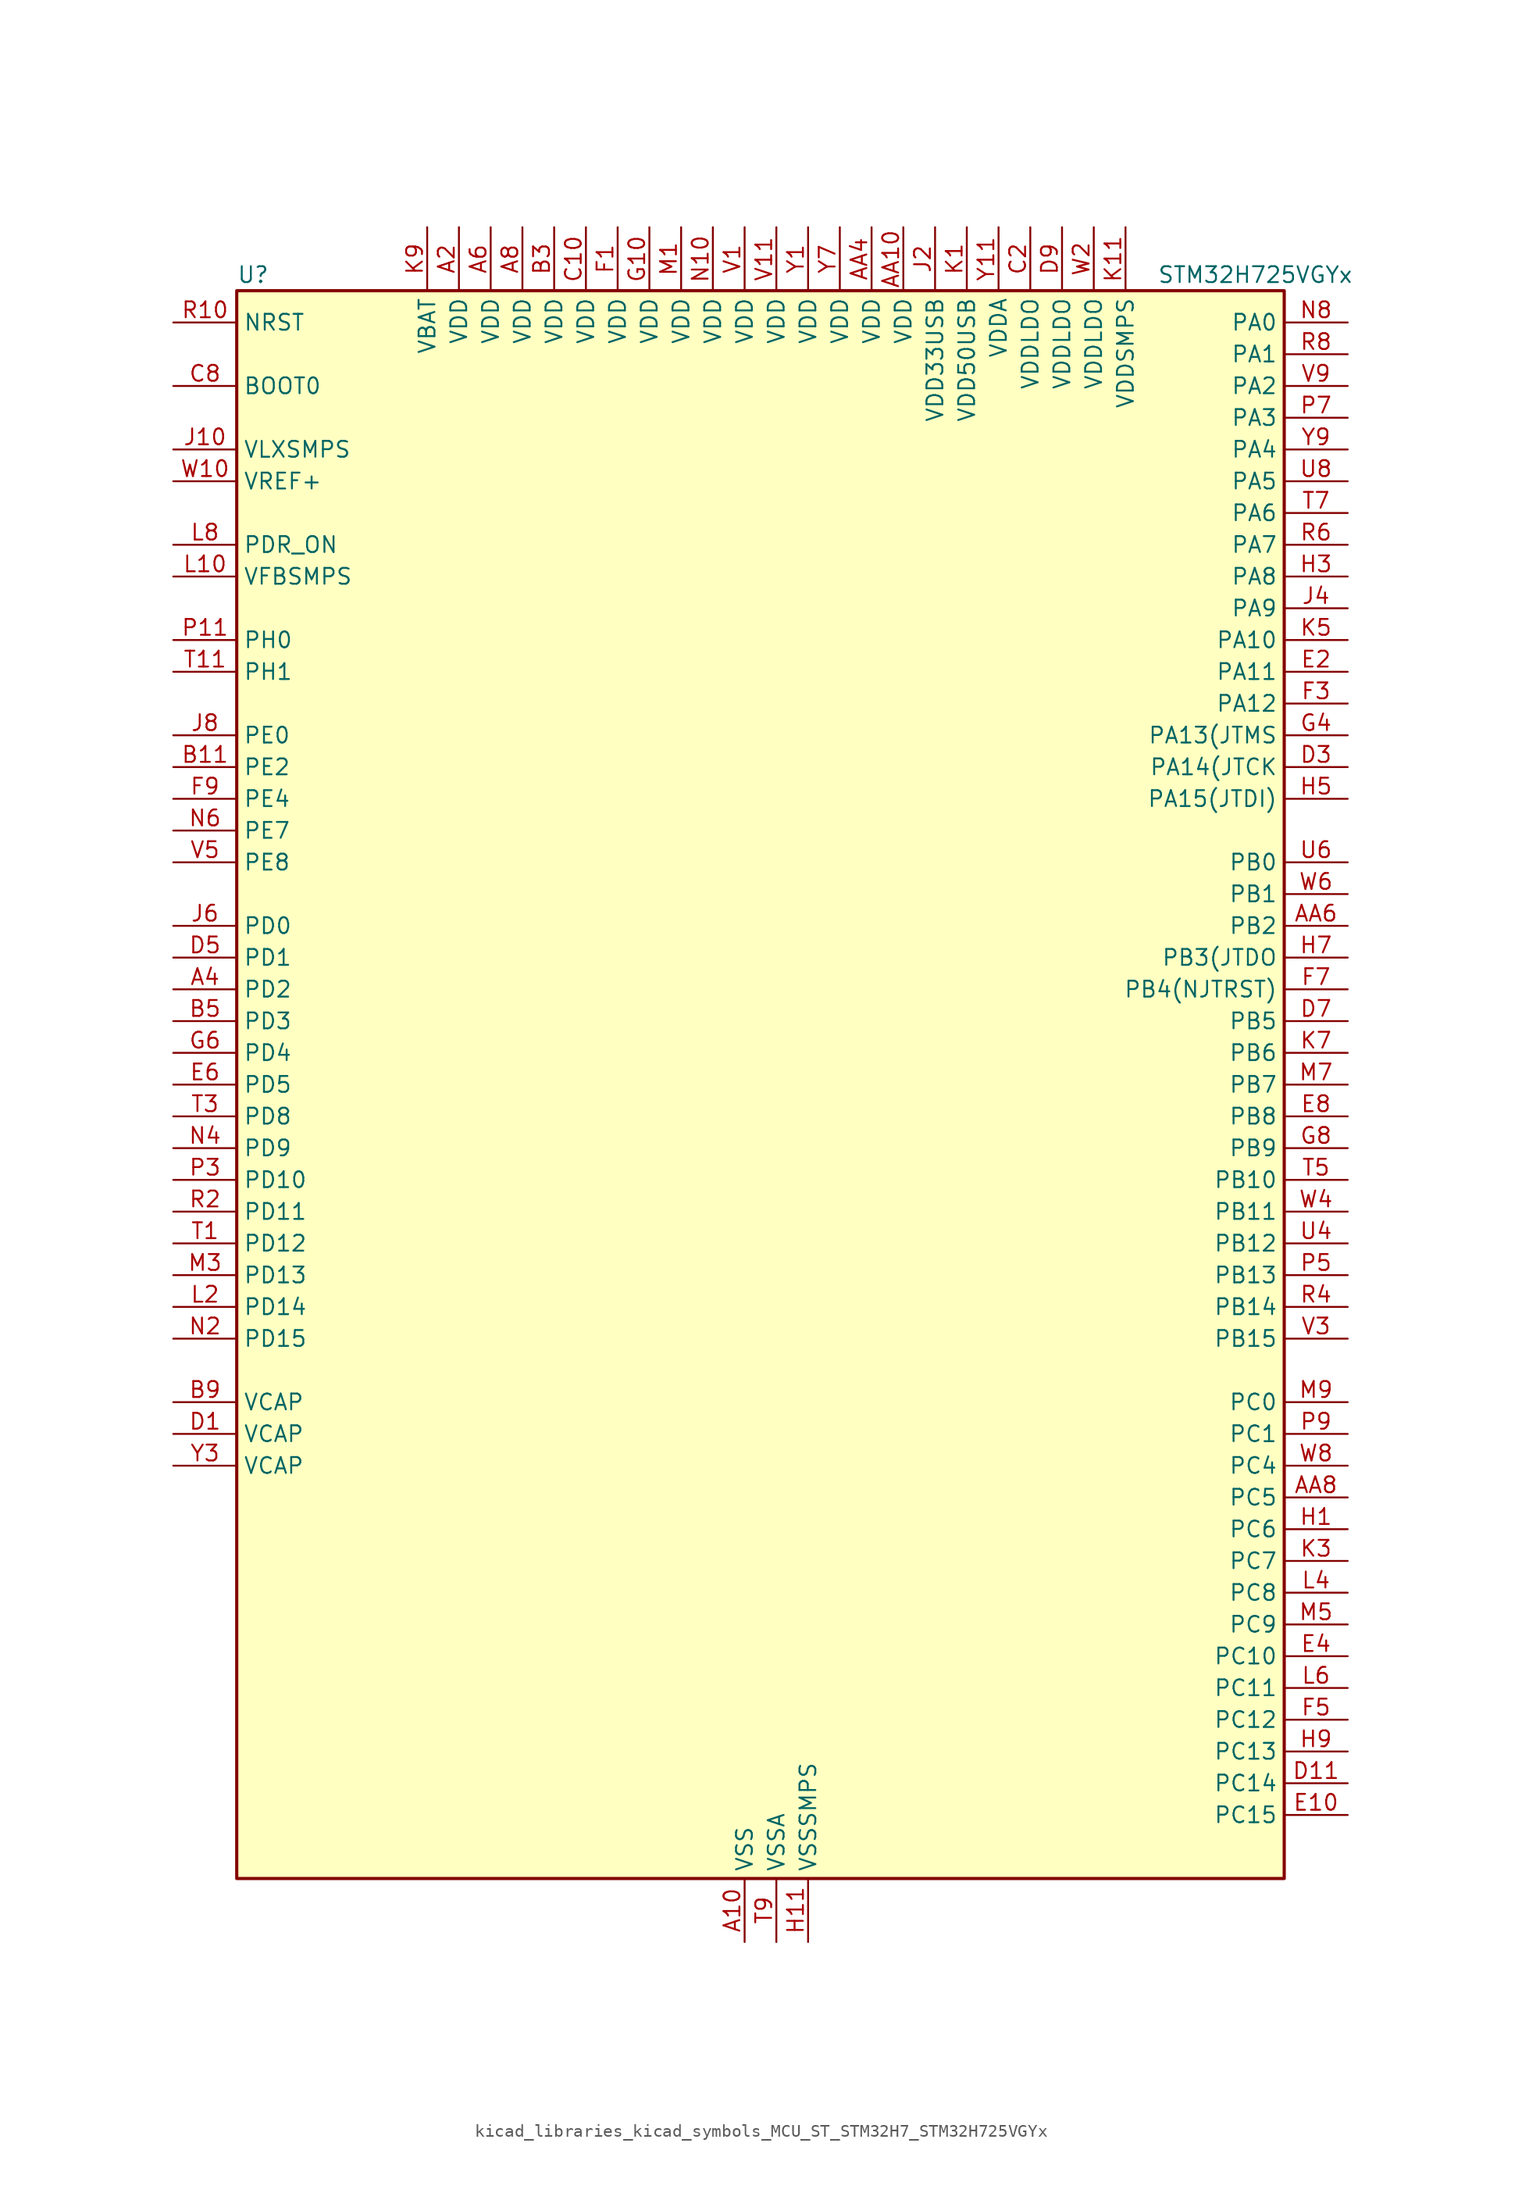
<source format=kicad_sym>
(kicad_symbol_lib
  (version 20220914)
  (generator kicad_symbol_editor)
  (symbol "kicad_libraries_kicad_symbols_MCU_ST_STM32H7_STM32H725VGYx"
    (property "Reference" "U"
      (at -40.64 64.77 0)
      (effects (font (size 1.27 1.27)) (justify left)))
    (property "Value" "STM32H725VGYx"
      (at 33.02 64.77 0)
      (effects (font (size 1.27 1.27)) (justify left)))
    (property "ki_locked" ""
      (at 0 0 0)
      (effects (font (size 1.27 1.27))))
    (symbol "kicad_libraries_kicad_symbols_MCU_ST_STM32H7_STM32H725VGYx_0_1"
      (rectangle (start -40.64 -63.5) (end 43.18 63.5) (stroke (width 0.254) (type default)) (fill (type background))))
    (symbol "kicad_libraries_kicad_symbols_MCU_ST_STM32H7_STM32H725VGYx_1_1"
      (pin power_in line (at 0 -68.58 90) (length 5.08) (name "VSS" (effects (font (size 1.27 1.27)))) (number "A10" (effects (font (size 1.27 1.27)))))
      (pin power_in line (at -22.86 68.58 270) (length 5.08) (name "VDD" (effects (font (size 1.27 1.27)))) (number "A2" (effects (font (size 1.27 1.27)))))
      (pin bidirectional line (at -45.72 7.62 0) (length 5.08) (name "PD2" (effects (font (size 1.27 1.27)))) (number "A4" (effects (font (size 1.27 1.27)))) (alternate "DCMI_D11" bidirectional line) (alternate "DEBUG_TRACED2" bidirectional line) (alternate "FMC_D7" bidirectional line) (alternate "FMC_DA7" bidirectional line) (alternate "LTDC_B2" bidirectional line) (alternate "LTDC_B7" bidirectional line) (alternate "PSSI_D11" bidirectional line) (alternate "SDMMC1_CMD" bidirectional line) (alternate "TIM15_BKIN" bidirectional line) (alternate "TIM3_ETR" bidirectional line) (alternate "UART5_RX" bidirectional line))
      (pin power_in line (at -20.32 68.58 270) (length 5.08) (name "VDD" (effects (font (size 1.27 1.27)))) (number "A6" (effects (font (size 1.27 1.27)))))
      (pin power_in line (at -17.78 68.58 270) (length 5.08) (name "VDD" (effects (font (size 1.27 1.27)))) (number "A8" (effects (font (size 1.27 1.27)))))
      (pin power_in line (at 12.7 68.58 270) (length 5.08) (name "VDD" (effects (font (size 1.27 1.27)))) (number "AA10" (effects (font (size 1.27 1.27)))))
      (pin passive line (at 0 -68.58 90) (length 5.08) hide (name "VSS" (effects (font (size 1.27 1.27)))) (number "AA2" (effects (font (size 1.27 1.27)))))
      (pin power_in line (at 10.16 68.58 270) (length 5.08) (name "VDD" (effects (font (size 1.27 1.27)))) (number "AA4" (effects (font (size 1.27 1.27)))))
      (pin bidirectional line (at 48.26 12.7 180) (length 5.08) (name "PB2" (effects (font (size 1.27 1.27)))) (number "AA6" (effects (font (size 1.27 1.27)))) (alternate "COMP1_INP" bidirectional line) (alternate "DFSDM1_CKIN1" bidirectional line) (alternate "ETH_TX_ER" bidirectional line) (alternate "I2S3_SDO" bidirectional line) (alternate "OCTOSPIM_P1_CLK" bidirectional line) (alternate "OCTOSPIM_P1_DQS" bidirectional line) (alternate "RTC_OUT_ALARM" bidirectional line) (alternate "RTC_OUT_CALIB" bidirectional line) (alternate "SAI1_D1" bidirectional line) (alternate "SAI1_SD_A" bidirectional line) (alternate "SAI4_D1" bidirectional line) (alternate "SAI4_SD_A" bidirectional line) (alternate "SPI3_MOSI" bidirectional line) (alternate "TIM23_ETR" bidirectional line))
      (pin bidirectional line (at 48.26 -33.02 180) (length 5.08) (name "PC5" (effects (font (size 1.27 1.27)))) (number "AA8" (effects (font (size 1.27 1.27)))) (alternate "ADC1_INN4" bidirectional line) (alternate "ADC1_INP8" bidirectional line) (alternate "ADC2_INN4" bidirectional line) (alternate "ADC2_INP8" bidirectional line) (alternate "COMP1_OUT" bidirectional line) (alternate "DFSDM1_DATIN2" bidirectional line) (alternate "ETH_RXD1" bidirectional line) (alternate "FMC_SDCKE0" bidirectional line) (alternate "LTDC_DE" bidirectional line) (alternate "OCTOSPIM_P1_DQS" bidirectional line) (alternate "OPAMP1_VINM" bidirectional line) (alternate "PSSI_D15" bidirectional line) (alternate "SAI1_D3" bidirectional line) (alternate "SAI4_D3" bidirectional line) (alternate "SPDIFRX1_IN3" bidirectional line))
      (pin passive line (at 0 -68.58 90) (length 5.08) hide (name "VSS" (effects (font (size 1.27 1.27)))) (number "B1" (effects (font (size 1.27 1.27)))))
      (pin bidirectional line (at -45.72 25.4 0) (length 5.08) (name "PE2" (effects (font (size 1.27 1.27)))) (number "B11" (effects (font (size 1.27 1.27)))) (alternate "DEBUG_TRACECLK" bidirectional line) (alternate "ETH_TXD3" bidirectional line) (alternate "FMC_A23" bidirectional line) (alternate "OCTOSPIM_P1_IO2" bidirectional line) (alternate "SAI1_CK1" bidirectional line) (alternate "SAI1_MCLK_A" bidirectional line) (alternate "SAI4_CK1" bidirectional line) (alternate "SAI4_MCLK_A" bidirectional line))
      (pin power_in line (at -15.24 68.58 270) (length 5.08) (name "VDD" (effects (font (size 1.27 1.27)))) (number "B3" (effects (font (size 1.27 1.27)))))
      (pin bidirectional line (at -45.72 5.08 0) (length 5.08) (name "PD3" (effects (font (size 1.27 1.27)))) (number "B5" (effects (font (size 1.27 1.27)))) (alternate "DCMI_D5" bidirectional line) (alternate "DFSDM1_CKOUT" bidirectional line) (alternate "FMC_CLK" bidirectional line) (alternate "I2S2_CK" bidirectional line) (alternate "LTDC_G7" bidirectional line) (alternate "PSSI_D5" bidirectional line) (alternate "SPI2_SCK" bidirectional line) (alternate "USART2_CTS" bidirectional line) (alternate "USART2_NSS" bidirectional line))
      (pin passive line (at 0 -68.58 90) (length 5.08) hide (name "VSS" (effects (font (size 1.27 1.27)))) (number "B7" (effects (font (size 1.27 1.27)))))
      (pin power_out line (at -45.72 -25.4 0) (length 5.08) (name "VCAP" (effects (font (size 1.27 1.27)))) (number "B9" (effects (font (size 1.27 1.27)))))
      (pin power_in line (at -12.7 68.58 270) (length 5.08) (name "VDD" (effects (font (size 1.27 1.27)))) (number "C10" (effects (font (size 1.27 1.27)))))
      (pin power_in line (at 22.86 68.58 270) (length 5.08) (name "VDDLDO" (effects (font (size 1.27 1.27)))) (number "C2" (effects (font (size 1.27 1.27)))))
      (pin passive line (at 0 -68.58 90) (length 5.08) hide (name "VSS" (effects (font (size 1.27 1.27)))) (number "C4" (effects (font (size 1.27 1.27)))))
      (pin passive line (at 0 -68.58 90) (length 5.08) hide (name "VSS" (effects (font (size 1.27 1.27)))) (number "C6" (effects (font (size 1.27 1.27)))))
      (pin input line (at -45.72 55.88 0) (length 5.08) (name "BOOT0" (effects (font (size 1.27 1.27)))) (number "C8" (effects (font (size 1.27 1.27)))))
      (pin power_out line (at -45.72 -27.94 0) (length 5.08) (name "VCAP" (effects (font (size 1.27 1.27)))) (number "D1" (effects (font (size 1.27 1.27)))))
      (pin bidirectional line (at 48.26 -55.88 180) (length 5.08) (name "PC14" (effects (font (size 1.27 1.27)))) (number "D11" (effects (font (size 1.27 1.27)))) (alternate "RCC_OSC32_IN" bidirectional line))
      (pin bidirectional line (at 48.26 25.4 180) (length 5.08) (name "PA14(JTCK" (effects (font (size 1.27 1.27)))) (number "D3" (effects (font (size 1.27 1.27)))) (alternate "DEBUG_JTCK-SWCLK" bidirectional line))
      (pin bidirectional line (at -45.72 10.16 0) (length 5.08) (name "PD1" (effects (font (size 1.27 1.27)))) (number "D5" (effects (font (size 1.27 1.27)))) (alternate "DFSDM1_DATIN6" bidirectional line) (alternate "FDCAN1_TX" bidirectional line) (alternate "FMC_D3" bidirectional line) (alternate "FMC_DA3" bidirectional line) (alternate "UART4_TX" bidirectional line))
      (pin bidirectional line (at 48.26 5.08 180) (length 5.08) (name "PB5" (effects (font (size 1.27 1.27)))) (number "D7" (effects (font (size 1.27 1.27)))) (alternate "DCMI_D10" bidirectional line) (alternate "ETH_PPS_OUT" bidirectional line) (alternate "FDCAN2_RX" bidirectional line) (alternate "FMC_SDCKE1" bidirectional line) (alternate "I2C1_SMBA" bidirectional line) (alternate "I2C4_SMBA" bidirectional line) (alternate "I2S1_SDO" bidirectional line) (alternate "I2S3_SDO" bidirectional line) (alternate "I2S6_SDO" bidirectional line) (alternate "LTDC_B5" bidirectional line) (alternate "PSSI_D10" bidirectional line) (alternate "SPI1_MOSI" bidirectional line) (alternate "SPI3_MOSI" bidirectional line) (alternate "SPI6_MOSI" bidirectional line) (alternate "TIM17_BKIN" bidirectional line) (alternate "TIM3_CH2" bidirectional line) (alternate "UART5_RX" bidirectional line) (alternate "USB_OTG_HS_ULPI_D7" bidirectional line))
      (pin power_in line (at 25.4 68.58 270) (length 5.08) (name "VDDLDO" (effects (font (size 1.27 1.27)))) (number "D9" (effects (font (size 1.27 1.27)))))
      (pin bidirectional line (at 48.26 -58.42 180) (length 5.08) (name "PC15" (effects (font (size 1.27 1.27)))) (number "E10" (effects (font (size 1.27 1.27)))) (alternate "ADC1_EXTI15" bidirectional line) (alternate "ADC2_EXTI15" bidirectional line) (alternate "ADC3_EXTI15" bidirectional line) (alternate "RCC_OSC32_OUT" bidirectional line))
      (pin bidirectional line (at 48.26 33.02 180) (length 5.08) (name "PA11" (effects (font (size 1.27 1.27)))) (number "E2" (effects (font (size 1.27 1.27)))) (alternate "ADC1_EXTI11" bidirectional line) (alternate "ADC2_EXTI11" bidirectional line) (alternate "ADC3_EXTI11" bidirectional line) (alternate "FDCAN1_RX" bidirectional line) (alternate "I2S2_WS" bidirectional line) (alternate "LPUART1_CTS" bidirectional line) (alternate "LTDC_R4" bidirectional line) (alternate "SPI2_NSS" bidirectional line) (alternate "TIM1_CH4" bidirectional line) (alternate "UART4_RX" bidirectional line) (alternate "USART1_CTS" bidirectional line) (alternate "USART1_NSS" bidirectional line) (alternate "USB_OTG_HS_DM" bidirectional line))
      (pin bidirectional line (at 48.26 -45.72 180) (length 5.08) (name "PC10" (effects (font (size 1.27 1.27)))) (number "E4" (effects (font (size 1.27 1.27)))) (alternate "DCMI_D8" bidirectional line) (alternate "DFSDM1_CKIN5" bidirectional line) (alternate "I2C5_SDA" bidirectional line) (alternate "I2S3_CK" bidirectional line) (alternate "LTDC_B1" bidirectional line) (alternate "LTDC_R2" bidirectional line) (alternate "OCTOSPIM_P1_IO1" bidirectional line) (alternate "PSSI_D8" bidirectional line) (alternate "SDMMC1_D2" bidirectional line) (alternate "SPI3_SCK" bidirectional line) (alternate "SWPMI1_RX" bidirectional line) (alternate "UART4_TX" bidirectional line) (alternate "USART3_TX" bidirectional line))
      (pin bidirectional line (at -45.72 0 0) (length 5.08) (name "PD5" (effects (font (size 1.27 1.27)))) (number "E6" (effects (font (size 1.27 1.27)))) (alternate "FMC_NWE" bidirectional line) (alternate "OCTOSPIM_P1_IO5" bidirectional line) (alternate "USART2_TX" bidirectional line))
      (pin bidirectional line (at 48.26 -2.54 180) (length 5.08) (name "PB8" (effects (font (size 1.27 1.27)))) (number "E8" (effects (font (size 1.27 1.27)))) (alternate "DCMI_D6" bidirectional line) (alternate "DFSDM1_CKIN7" bidirectional line) (alternate "ETH_TXD3" bidirectional line) (alternate "FDCAN1_RX" bidirectional line) (alternate "I2C1_SCL" bidirectional line) (alternate "I2C4_SCL" bidirectional line) (alternate "LTDC_B6" bidirectional line) (alternate "PSSI_D6" bidirectional line) (alternate "SDMMC1_CKIN" bidirectional line) (alternate "SDMMC1_D4" bidirectional line) (alternate "SDMMC2_D4" bidirectional line) (alternate "TIM16_CH1" bidirectional line) (alternate "TIM4_CH3" bidirectional line) (alternate "UART4_RX" bidirectional line))
      (pin power_in line (at -10.16 68.58 270) (length 5.08) (name "VDD" (effects (font (size 1.27 1.27)))) (number "F1" (effects (font (size 1.27 1.27)))))
      (pin passive line (at 0 -68.58 90) (length 5.08) hide (name "VSS" (effects (font (size 1.27 1.27)))) (number "F11" (effects (font (size 1.27 1.27)))))
      (pin bidirectional line (at 48.26 30.48 180) (length 5.08) (name "PA12" (effects (font (size 1.27 1.27)))) (number "F3" (effects (font (size 1.27 1.27)))) (alternate "FDCAN1_TX" bidirectional line) (alternate "I2S2_CK" bidirectional line) (alternate "LPUART1_DE" bidirectional line) (alternate "LPUART1_RTS" bidirectional line) (alternate "LTDC_R5" bidirectional line) (alternate "SAI4_FS_B" bidirectional line) (alternate "SPI2_SCK" bidirectional line) (alternate "TIM1_BKIN2" bidirectional line) (alternate "TIM1_ETR" bidirectional line) (alternate "UART4_TX" bidirectional line) (alternate "USART1_DE" bidirectional line) (alternate "USART1_RTS" bidirectional line) (alternate "USB_OTG_HS_DP" bidirectional line))
      (pin bidirectional line (at 48.26 -50.8 180) (length 5.08) (name "PC12" (effects (font (size 1.27 1.27)))) (number "F5" (effects (font (size 1.27 1.27)))) (alternate "DCMI_D9" bidirectional line) (alternate "DEBUG_TRACED3" bidirectional line) (alternate "FMC_D6" bidirectional line) (alternate "FMC_DA6" bidirectional line) (alternate "I2C5_SMBA" bidirectional line) (alternate "I2S3_SDO" bidirectional line) (alternate "I2S6_CK" bidirectional line) (alternate "LTDC_R6" bidirectional line) (alternate "PSSI_D9" bidirectional line) (alternate "SDMMC1_CK" bidirectional line) (alternate "SPI3_MOSI" bidirectional line) (alternate "SPI6_SCK" bidirectional line) (alternate "TIM15_CH1" bidirectional line) (alternate "UART5_TX" bidirectional line) (alternate "USART3_CK" bidirectional line))
      (pin bidirectional line (at 48.26 7.62 180) (length 5.08) (name "PB4(NJTRST)" (effects (font (size 1.27 1.27)))) (number "F7" (effects (font (size 1.27 1.27)))) (alternate "DEBUG_JTRST" bidirectional line) (alternate "I2S1_SDI" bidirectional line) (alternate "I2S2_WS" bidirectional line) (alternate "I2S3_SDI" bidirectional line) (alternate "I2S6_SDI" bidirectional line) (alternate "SDMMC2_D3" bidirectional line) (alternate "SPI1_MISO" bidirectional line) (alternate "SPI2_NSS" bidirectional line) (alternate "SPI3_MISO" bidirectional line) (alternate "SPI6_MISO" bidirectional line) (alternate "TIM16_BKIN" bidirectional line) (alternate "TIM3_CH1" bidirectional line) (alternate "UART7_TX" bidirectional line))
      (pin bidirectional line (at -45.72 22.86 0) (length 5.08) (name "PE4" (effects (font (size 1.27 1.27)))) (number "F9" (effects (font (size 1.27 1.27)))) (alternate "DCMI_D4" bidirectional line) (alternate "DEBUG_TRACED1" bidirectional line) (alternate "DFSDM1_DATIN3" bidirectional line) (alternate "FMC_A20" bidirectional line) (alternate "LTDC_B0" bidirectional line) (alternate "PSSI_D4" bidirectional line) (alternate "SAI1_D2" bidirectional line) (alternate "SAI1_FS_A" bidirectional line) (alternate "SAI4_D2" bidirectional line) (alternate "SAI4_FS_A" bidirectional line) (alternate "TIM15_CH1N" bidirectional line))
      (pin power_in line (at -7.62 68.58 270) (length 5.08) (name "VDD" (effects (font (size 1.27 1.27)))) (number "G10" (effects (font (size 1.27 1.27)))))
      (pin passive line (at 0 -68.58 90) (length 5.08) hide (name "VSS" (effects (font (size 1.27 1.27)))) (number "G2" (effects (font (size 1.27 1.27)))))
      (pin bidirectional line (at 48.26 27.94 180) (length 5.08) (name "PA13(JTMS" (effects (font (size 1.27 1.27)))) (number "G4" (effects (font (size 1.27 1.27)))) (alternate "DEBUG_JTMS-SWDIO" bidirectional line))
      (pin bidirectional line (at -45.72 2.54 0) (length 5.08) (name "PD4" (effects (font (size 1.27 1.27)))) (number "G6" (effects (font (size 1.27 1.27)))) (alternate "FMC_NOE" bidirectional line) (alternate "OCTOSPIM_P1_IO4" bidirectional line) (alternate "USART2_DE" bidirectional line) (alternate "USART2_RTS" bidirectional line))
      (pin bidirectional line (at 48.26 -5.08 180) (length 5.08) (name "PB9" (effects (font (size 1.27 1.27)))) (number "G8" (effects (font (size 1.27 1.27)))) (alternate "DAC1_EXTI9" bidirectional line) (alternate "DCMI_D7" bidirectional line) (alternate "DFSDM1_DATIN7" bidirectional line) (alternate "FDCAN1_TX" bidirectional line) (alternate "I2C1_SDA" bidirectional line) (alternate "I2C4_SDA" bidirectional line) (alternate "I2C4_SMBA" bidirectional line) (alternate "I2S2_WS" bidirectional line) (alternate "LTDC_B7" bidirectional line) (alternate "PSSI_D7" bidirectional line) (alternate "SDMMC1_CDIR" bidirectional line) (alternate "SDMMC1_D5" bidirectional line) (alternate "SDMMC2_D5" bidirectional line) (alternate "SPI2_NSS" bidirectional line) (alternate "TIM17_CH1" bidirectional line) (alternate "TIM4_CH4" bidirectional line) (alternate "UART4_TX" bidirectional line))
      (pin bidirectional line (at 48.26 -35.56 180) (length 5.08) (name "PC6" (effects (font (size 1.27 1.27)))) (number "H1" (effects (font (size 1.27 1.27)))) (alternate "DCMI_D0" bidirectional line) (alternate "DFSDM1_CKIN3" bidirectional line) (alternate "FMC_NWAIT" bidirectional line) (alternate "I2S2_MCK" bidirectional line) (alternate "LTDC_HSYNC" bidirectional line) (alternate "PSSI_D0" bidirectional line) (alternate "SDMMC1_D0DIR" bidirectional line) (alternate "SDMMC1_D6" bidirectional line) (alternate "SDMMC2_D6" bidirectional line) (alternate "SWPMI1_IO" bidirectional line) (alternate "TIM3_CH1" bidirectional line) (alternate "TIM8_CH1" bidirectional line) (alternate "USART6_TX" bidirectional line))
      (pin power_in line (at 5.08 -68.58 90) (length 5.08) (name "VSSSMPS" (effects (font (size 1.27 1.27)))) (number "H11" (effects (font (size 1.27 1.27)))))
      (pin bidirectional line (at 48.26 40.64 180) (length 5.08) (name "PA8" (effects (font (size 1.27 1.27)))) (number "H3" (effects (font (size 1.27 1.27)))) (alternate "I2C3_SCL" bidirectional line) (alternate "I2C5_SCL" bidirectional line) (alternate "LTDC_B3" bidirectional line) (alternate "LTDC_R6" bidirectional line) (alternate "RCC_MCO_1" bidirectional line) (alternate "TIM1_CH1" bidirectional line) (alternate "TIM8_BKIN2" bidirectional line) (alternate "TIM8_BKIN2_COMP1" bidirectional line) (alternate "TIM8_BKIN2_COMP2" bidirectional line) (alternate "UART7_RX" bidirectional line) (alternate "USART1_CK" bidirectional line) (alternate "USB_OTG_HS_SOF" bidirectional line))
      (pin bidirectional line (at 48.26 22.86 180) (length 5.08) (name "PA15(JTDI)" (effects (font (size 1.27 1.27)))) (number "H5" (effects (font (size 1.27 1.27)))) (alternate "ADC1_EXTI15" bidirectional line) (alternate "ADC2_EXTI15" bidirectional line) (alternate "ADC3_EXTI15" bidirectional line) (alternate "CEC" bidirectional line) (alternate "DEBUG_JTDI" bidirectional line) (alternate "I2S1_WS" bidirectional line) (alternate "I2S3_WS" bidirectional line) (alternate "I2S6_WS" bidirectional line) (alternate "LTDC_B6" bidirectional line) (alternate "LTDC_R3" bidirectional line) (alternate "SPI1_NSS" bidirectional line) (alternate "SPI3_NSS" bidirectional line) (alternate "SPI6_NSS" bidirectional line) (alternate "TIM2_CH1" bidirectional line) (alternate "TIM2_ETR" bidirectional line) (alternate "UART4_DE" bidirectional line) (alternate "UART4_RTS" bidirectional line) (alternate "UART7_TX" bidirectional line))
      (pin bidirectional line (at 48.26 10.16 180) (length 5.08) (name "PB3(JTDO" (effects (font (size 1.27 1.27)))) (number "H7" (effects (font (size 1.27 1.27)))) (alternate "CRS_SYNC" bidirectional line) (alternate "DEBUG_JTDO-SWO" bidirectional line) (alternate "I2S1_CK" bidirectional line) (alternate "I2S3_CK" bidirectional line) (alternate "I2S6_CK" bidirectional line) (alternate "SDMMC2_D2" bidirectional line) (alternate "SPI1_SCK" bidirectional line) (alternate "SPI3_SCK" bidirectional line) (alternate "SPI6_SCK" bidirectional line) (alternate "TIM24_ETR" bidirectional line) (alternate "TIM2_CH2" bidirectional line) (alternate "UART7_RX" bidirectional line))
      (pin bidirectional line (at 48.26 -53.34 180) (length 5.08) (name "PC13" (effects (font (size 1.27 1.27)))) (number "H9" (effects (font (size 1.27 1.27)))) (alternate "PWR_WKUP4" bidirectional line) (alternate "RTC_OUT_ALARM" bidirectional line) (alternate "RTC_OUT_CALIB" bidirectional line) (alternate "RTC_TAMP1" bidirectional line) (alternate "RTC_TS" bidirectional line))
      (pin power_in line (at -45.72 50.8 0) (length 5.08) (name "VLXSMPS" (effects (font (size 1.27 1.27)))) (number "J10" (effects (font (size 1.27 1.27)))))
      (pin power_in line (at 15.24 68.58 270) (length 5.08) (name "VDD33USB" (effects (font (size 1.27 1.27)))) (number "J2" (effects (font (size 1.27 1.27)))))
      (pin bidirectional line (at 48.26 38.1 180) (length 5.08) (name "PA9" (effects (font (size 1.27 1.27)))) (number "J4" (effects (font (size 1.27 1.27)))) (alternate "DAC1_EXTI9" bidirectional line) (alternate "DCMI_D0" bidirectional line) (alternate "ETH_TX_ER" bidirectional line) (alternate "I2C3_SMBA" bidirectional line) (alternate "I2C5_SMBA" bidirectional line) (alternate "I2S2_CK" bidirectional line) (alternate "LPUART1_TX" bidirectional line) (alternate "LTDC_R5" bidirectional line) (alternate "PSSI_D0" bidirectional line) (alternate "SPI2_SCK" bidirectional line) (alternate "TIM1_CH2" bidirectional line) (alternate "USART1_TX" bidirectional line) (alternate "USB_OTG_HS_VBUS" bidirectional line))
      (pin bidirectional line (at -45.72 12.7 0) (length 5.08) (name "PD0" (effects (font (size 1.27 1.27)))) (number "J6" (effects (font (size 1.27 1.27)))) (alternate "DFSDM1_CKIN6" bidirectional line) (alternate "FDCAN1_RX" bidirectional line) (alternate "FMC_D2" bidirectional line) (alternate "FMC_DA2" bidirectional line) (alternate "LTDC_B1" bidirectional line) (alternate "UART4_RX" bidirectional line) (alternate "UART9_CTS" bidirectional line))
      (pin bidirectional line (at -45.72 27.94 0) (length 5.08) (name "PE0" (effects (font (size 1.27 1.27)))) (number "J8" (effects (font (size 1.27 1.27)))) (alternate "DCMI_D2" bidirectional line) (alternate "FMC_NBL0" bidirectional line) (alternate "LPTIM1_ETR" bidirectional line) (alternate "LPTIM2_ETR" bidirectional line) (alternate "LTDC_R0" bidirectional line) (alternate "PSSI_D2" bidirectional line) (alternate "SAI4_MCLK_A" bidirectional line) (alternate "TIM4_ETR" bidirectional line))
      (pin power_in line (at 17.78 68.58 270) (length 5.08) (name "VDD50USB" (effects (font (size 1.27 1.27)))) (number "K1" (effects (font (size 1.27 1.27)))))
      (pin power_in line (at 30.48 68.58 270) (length 5.08) (name "VDDSMPS" (effects (font (size 1.27 1.27)))) (number "K11" (effects (font (size 1.27 1.27)))))
      (pin bidirectional line (at 48.26 -38.1 180) (length 5.08) (name "PC7" (effects (font (size 1.27 1.27)))) (number "K3" (effects (font (size 1.27 1.27)))) (alternate "DCMI_D1" bidirectional line) (alternate "DEBUG_TRGIO" bidirectional line) (alternate "DFSDM1_DATIN3" bidirectional line) (alternate "FMC_NE1" bidirectional line) (alternate "I2S3_MCK" bidirectional line) (alternate "LTDC_G6" bidirectional line) (alternate "PSSI_D1" bidirectional line) (alternate "SDMMC1_D123DIR" bidirectional line) (alternate "SDMMC1_D7" bidirectional line) (alternate "SDMMC2_D7" bidirectional line) (alternate "SWPMI1_TX" bidirectional line) (alternate "TIM3_CH2" bidirectional line) (alternate "TIM8_CH2" bidirectional line) (alternate "USART6_RX" bidirectional line))
      (pin bidirectional line (at 48.26 35.56 180) (length 5.08) (name "PA10" (effects (font (size 1.27 1.27)))) (number "K5" (effects (font (size 1.27 1.27)))) (alternate "DCMI_D1" bidirectional line) (alternate "LPUART1_RX" bidirectional line) (alternate "LTDC_B1" bidirectional line) (alternate "LTDC_B4" bidirectional line) (alternate "MDIOS_MDIO" bidirectional line) (alternate "PSSI_D1" bidirectional line) (alternate "TIM1_CH3" bidirectional line) (alternate "USART1_RX" bidirectional line) (alternate "USB_OTG_HS_ID" bidirectional line))
      (pin bidirectional line (at 48.26 2.54 180) (length 5.08) (name "PB6" (effects (font (size 1.27 1.27)))) (number "K7" (effects (font (size 1.27 1.27)))) (alternate "CEC" bidirectional line) (alternate "DCMI_D5" bidirectional line) (alternate "DFSDM1_DATIN5" bidirectional line) (alternate "FDCAN2_TX" bidirectional line) (alternate "FMC_SDNE1" bidirectional line) (alternate "I2C1_SCL" bidirectional line) (alternate "I2C4_SCL" bidirectional line) (alternate "LPUART1_TX" bidirectional line) (alternate "OCTOSPIM_P1_NCS" bidirectional line) (alternate "PSSI_D5" bidirectional line) (alternate "TIM16_CH1N" bidirectional line) (alternate "TIM4_CH1" bidirectional line) (alternate "UART5_TX" bidirectional line) (alternate "USART1_TX" bidirectional line))
      (pin power_in line (at -25.4 68.58 270) (length 5.08) (name "VBAT" (effects (font (size 1.27 1.27)))) (number "K9" (effects (font (size 1.27 1.27)))))
      (pin input line (at -45.72 40.64 0) (length 5.08) (name "VFBSMPS" (effects (font (size 1.27 1.27)))) (number "L10" (effects (font (size 1.27 1.27)))))
      (pin bidirectional line (at -45.72 -17.78 0) (length 5.08) (name "PD14" (effects (font (size 1.27 1.27)))) (number "L2" (effects (font (size 1.27 1.27)))) (alternate "FMC_D0" bidirectional line) (alternate "FMC_DA0" bidirectional line) (alternate "TIM4_CH3" bidirectional line) (alternate "UART9_RX" bidirectional line))
      (pin bidirectional line (at 48.26 -40.64 180) (length 5.08) (name "PC8" (effects (font (size 1.27 1.27)))) (number "L4" (effects (font (size 1.27 1.27)))) (alternate "DCMI_D2" bidirectional line) (alternate "DEBUG_TRACED1" bidirectional line) (alternate "FMC_INT" bidirectional line) (alternate "FMC_NCE" bidirectional line) (alternate "FMC_NE2" bidirectional line) (alternate "PSSI_D2" bidirectional line) (alternate "SDMMC1_D0" bidirectional line) (alternate "SWPMI1_RX" bidirectional line) (alternate "TIM3_CH3" bidirectional line) (alternate "TIM8_CH3" bidirectional line) (alternate "UART5_DE" bidirectional line) (alternate "UART5_RTS" bidirectional line) (alternate "USART6_CK" bidirectional line))
      (pin bidirectional line (at 48.26 -48.26 180) (length 5.08) (name "PC11" (effects (font (size 1.27 1.27)))) (number "L6" (effects (font (size 1.27 1.27)))) (alternate "ADC1_EXTI11" bidirectional line) (alternate "ADC2_EXTI11" bidirectional line) (alternate "ADC3_EXTI11" bidirectional line) (alternate "DCMI_D4" bidirectional line) (alternate "DFSDM1_DATIN5" bidirectional line) (alternate "I2C5_SCL" bidirectional line) (alternate "I2S3_SDI" bidirectional line) (alternate "LTDC_B4" bidirectional line) (alternate "OCTOSPIM_P1_NCS" bidirectional line) (alternate "PSSI_D4" bidirectional line) (alternate "SDMMC1_D3" bidirectional line) (alternate "SPI3_MISO" bidirectional line) (alternate "UART4_RX" bidirectional line) (alternate "USART3_RX" bidirectional line))
      (pin input line (at -45.72 43.18 0) (length 5.08) (name "PDR_ON" (effects (font (size 1.27 1.27)))) (number "L8" (effects (font (size 1.27 1.27)))))
      (pin power_in line (at -5.08 68.58 270) (length 5.08) (name "VDD" (effects (font (size 1.27 1.27)))) (number "M1" (effects (font (size 1.27 1.27)))))
      (pin passive line (at 0 -68.58 90) (length 5.08) hide (name "VSS" (effects (font (size 1.27 1.27)))) (number "M11" (effects (font (size 1.27 1.27)))))
      (pin bidirectional line (at -45.72 -15.24 0) (length 5.08) (name "PD13" (effects (font (size 1.27 1.27)))) (number "M3" (effects (font (size 1.27 1.27)))) (alternate "DCMI_D13" bidirectional line) (alternate "FDCAN3_TX" bidirectional line) (alternate "FMC_A18" bidirectional line) (alternate "I2C4_SDA" bidirectional line) (alternate "LPTIM1_OUT" bidirectional line) (alternate "OCTOSPIM_P1_IO3" bidirectional line) (alternate "PSSI_D13" bidirectional line) (alternate "SAI4_SCK_A" bidirectional line) (alternate "TIM4_CH2" bidirectional line) (alternate "UART9_DE" bidirectional line) (alternate "UART9_RTS" bidirectional line))
      (pin bidirectional line (at 48.26 -43.18 180) (length 5.08) (name "PC9" (effects (font (size 1.27 1.27)))) (number "M5" (effects (font (size 1.27 1.27)))) (alternate "DAC1_EXTI9" bidirectional line) (alternate "DCMI_D3" bidirectional line) (alternate "I2C3_SDA" bidirectional line) (alternate "I2C5_SDA" bidirectional line) (alternate "I2S_CKIN" bidirectional line) (alternate "LTDC_B2" bidirectional line) (alternate "LTDC_G3" bidirectional line) (alternate "OCTOSPIM_P1_IO0" bidirectional line) (alternate "PSSI_D3" bidirectional line) (alternate "RCC_MCO_2" bidirectional line) (alternate "SDMMC1_D1" bidirectional line) (alternate "SWPMI1_SUSPEND" bidirectional line) (alternate "TIM3_CH4" bidirectional line) (alternate "TIM8_CH4" bidirectional line) (alternate "UART5_CTS" bidirectional line))
      (pin bidirectional line (at 48.26 0 180) (length 5.08) (name "PB7" (effects (font (size 1.27 1.27)))) (number "M7" (effects (font (size 1.27 1.27)))) (alternate "DCMI_VSYNC" bidirectional line) (alternate "DFSDM1_CKIN5" bidirectional line) (alternate "FMC_NL" bidirectional line) (alternate "I2C1_SDA" bidirectional line) (alternate "I2C4_SDA" bidirectional line) (alternate "LPUART1_RX" bidirectional line) (alternate "PSSI_RDY" bidirectional line) (alternate "PWR_PVD_IN" bidirectional line) (alternate "TIM17_CH1N" bidirectional line) (alternate "TIM4_CH2" bidirectional line) (alternate "USART1_RX" bidirectional line))
      (pin bidirectional line (at 48.26 -25.4 180) (length 5.08) (name "PC0" (effects (font (size 1.27 1.27)))) (number "M9" (effects (font (size 1.27 1.27)))) (alternate "ADC1_INP10" bidirectional line) (alternate "ADC2_INP10" bidirectional line) (alternate "ADC3_INP10" bidirectional line) (alternate "DFSDM1_CKIN0" bidirectional line) (alternate "DFSDM1_DATIN4" bidirectional line) (alternate "FMC_A25" bidirectional line) (alternate "FMC_D12" bidirectional line) (alternate "FMC_DA12" bidirectional line) (alternate "FMC_SDNWE" bidirectional line) (alternate "LTDC_G2" bidirectional line) (alternate "LTDC_R5" bidirectional line) (alternate "SAI4_FS_B" bidirectional line) (alternate "USB_OTG_HS_ULPI_STP" bidirectional line))
      (pin power_in line (at -2.54 68.58 270) (length 5.08) (name "VDD" (effects (font (size 1.27 1.27)))) (number "N10" (effects (font (size 1.27 1.27)))))
      (pin bidirectional line (at -45.72 -20.32 0) (length 5.08) (name "PD15" (effects (font (size 1.27 1.27)))) (number "N2" (effects (font (size 1.27 1.27)))) (alternate "ADC1_EXTI15" bidirectional line) (alternate "ADC2_EXTI15" bidirectional line) (alternate "ADC3_EXTI15" bidirectional line) (alternate "FMC_D1" bidirectional line) (alternate "FMC_DA1" bidirectional line) (alternate "TIM4_CH4" bidirectional line) (alternate "UART9_TX" bidirectional line))
      (pin bidirectional line (at -45.72 -5.08 0) (length 5.08) (name "PD9" (effects (font (size 1.27 1.27)))) (number "N4" (effects (font (size 1.27 1.27)))) (alternate "DAC1_EXTI9" bidirectional line) (alternate "DFSDM1_DATIN3" bidirectional line) (alternate "FMC_D14" bidirectional line) (alternate "FMC_DA14" bidirectional line) (alternate "USART3_RX" bidirectional line))
      (pin bidirectional line (at -45.72 20.32 0) (length 5.08) (name "PE7" (effects (font (size 1.27 1.27)))) (number "N6" (effects (font (size 1.27 1.27)))) (alternate "COMP2_INM" bidirectional line) (alternate "DFSDM1_DATIN2" bidirectional line) (alternate "FMC_D4" bidirectional line) (alternate "FMC_DA4" bidirectional line) (alternate "OCTOSPIM_P1_IO4" bidirectional line) (alternate "OPAMP2_VOUT" bidirectional line) (alternate "TIM1_ETR" bidirectional line) (alternate "UART7_RX" bidirectional line))
      (pin bidirectional line (at 48.26 60.96 180) (length 5.08) (name "PA0" (effects (font (size 1.27 1.27)))) (number "N8" (effects (font (size 1.27 1.27)))) (alternate "ADC1_INP16" bidirectional line) (alternate "ETH_CRS" bidirectional line) (alternate "FMC_A19" bidirectional line) (alternate "I2S6_WS" bidirectional line) (alternate "PWR_WKUP1" bidirectional line) (alternate "SAI4_SD_B" bidirectional line) (alternate "SDMMC2_CMD" bidirectional line) (alternate "SPI6_NSS" bidirectional line) (alternate "TIM15_BKIN" bidirectional line) (alternate "TIM2_CH1" bidirectional line) (alternate "TIM2_ETR" bidirectional line) (alternate "TIM5_CH1" bidirectional line) (alternate "TIM8_ETR" bidirectional line) (alternate "UART4_TX" bidirectional line) (alternate "USART2_CTS" bidirectional line) (alternate "USART2_NSS" bidirectional line))
      (pin passive line (at 0 -68.58 90) (length 5.08) hide (name "VSS" (effects (font (size 1.27 1.27)))) (number "P1" (effects (font (size 1.27 1.27)))))
      (pin bidirectional line (at -45.72 35.56 0) (length 5.08) (name "PH0" (effects (font (size 1.27 1.27)))) (number "P11" (effects (font (size 1.27 1.27)))) (alternate "RCC_OSC_IN" bidirectional line))
      (pin bidirectional line (at -45.72 -7.62 0) (length 5.08) (name "PD10" (effects (font (size 1.27 1.27)))) (number "P3" (effects (font (size 1.27 1.27)))) (alternate "DFSDM1_CKOUT" bidirectional line) (alternate "FMC_D15" bidirectional line) (alternate "FMC_DA15" bidirectional line) (alternate "LTDC_B3" bidirectional line) (alternate "USART3_CK" bidirectional line))
      (pin bidirectional line (at 48.26 -15.24 180) (length 5.08) (name "PB13" (effects (font (size 1.27 1.27)))) (number "P5" (effects (font (size 1.27 1.27)))) (alternate "DCMI_D2" bidirectional line) (alternate "DFSDM1_CKIN1" bidirectional line) (alternate "ETH_TXD1" bidirectional line) (alternate "FDCAN2_TX" bidirectional line) (alternate "I2S2_CK" bidirectional line) (alternate "LPTIM2_OUT" bidirectional line) (alternate "OCTOSPIM_P1_IO2" bidirectional line) (alternate "PSSI_D2" bidirectional line) (alternate "SDMMC1_D0" bidirectional line) (alternate "SPI2_SCK" bidirectional line) (alternate "TIM1_CH1N" bidirectional line) (alternate "UART5_TX" bidirectional line) (alternate "USART3_CTS" bidirectional line) (alternate "USART3_NSS" bidirectional line) (alternate "USB_OTG_HS_ULPI_D6" bidirectional line))
      (pin bidirectional line (at 48.26 53.34 180) (length 5.08) (name "PA3" (effects (font (size 1.27 1.27)))) (number "P7" (effects (font (size 1.27 1.27)))) (alternate "ADC1_INP15" bidirectional line) (alternate "ADC2_INP15" bidirectional line) (alternate "ETH_COL" bidirectional line) (alternate "I2S6_MCK" bidirectional line) (alternate "LPTIM5_OUT" bidirectional line) (alternate "LTDC_B2" bidirectional line) (alternate "LTDC_B5" bidirectional line) (alternate "OCTOSPIM_P1_CLK" bidirectional line) (alternate "OCTOSPIM_P1_IO2" bidirectional line) (alternate "TIM15_CH2" bidirectional line) (alternate "TIM2_CH4" bidirectional line) (alternate "TIM5_CH4" bidirectional line) (alternate "USART2_RX" bidirectional line) (alternate "USB_OTG_HS_ULPI_D0" bidirectional line))
      (pin bidirectional line (at 48.26 -27.94 180) (length 5.08) (name "PC1" (effects (font (size 1.27 1.27)))) (number "P9" (effects (font (size 1.27 1.27)))) (alternate "ADC1_INN10" bidirectional line) (alternate "ADC1_INP11" bidirectional line) (alternate "ADC2_INN10" bidirectional line) (alternate "ADC2_INP11" bidirectional line) (alternate "ADC3_INN10" bidirectional line) (alternate "ADC3_INP11" bidirectional line) (alternate "DEBUG_TRACED0" bidirectional line) (alternate "DFSDM1_CKIN4" bidirectional line) (alternate "DFSDM1_DATIN0" bidirectional line) (alternate "ETH_MDC" bidirectional line) (alternate "I2S2_SDO" bidirectional line) (alternate "LTDC_G5" bidirectional line) (alternate "MDIOS_MDC" bidirectional line) (alternate "OCTOSPIM_P1_IO4" bidirectional line) (alternate "PWR_WKUP6" bidirectional line) (alternate "RTC_TAMP3" bidirectional line) (alternate "SAI1_D1" bidirectional line) (alternate "SAI1_SD_A" bidirectional line) (alternate "SAI4_D1" bidirectional line) (alternate "SAI4_SD_A" bidirectional line) (alternate "SDMMC2_CK" bidirectional line) (alternate "SPI2_MOSI" bidirectional line))
      (pin input line (at -45.72 60.96 0) (length 5.08) (name "NRST" (effects (font (size 1.27 1.27)))) (number "R10" (effects (font (size 1.27 1.27)))))
      (pin bidirectional line (at -45.72 -10.16 0) (length 5.08) (name "PD11" (effects (font (size 1.27 1.27)))) (number "R2" (effects (font (size 1.27 1.27)))) (alternate "ADC1_EXTI11" bidirectional line) (alternate "ADC2_EXTI11" bidirectional line) (alternate "ADC3_EXTI11" bidirectional line) (alternate "FMC_A16" bidirectional line) (alternate "FMC_CLE" bidirectional line) (alternate "I2C4_SMBA" bidirectional line) (alternate "LPTIM2_IN2" bidirectional line) (alternate "OCTOSPIM_P1_IO0" bidirectional line) (alternate "SAI4_SD_A" bidirectional line) (alternate "USART3_CTS" bidirectional line) (alternate "USART3_NSS" bidirectional line))
      (pin bidirectional line (at 48.26 -17.78 180) (length 5.08) (name "PB14" (effects (font (size 1.27 1.27)))) (number "R4" (effects (font (size 1.27 1.27)))) (alternate "DFSDM1_DATIN2" bidirectional line) (alternate "FMC_D10" bidirectional line) (alternate "FMC_DA10" bidirectional line) (alternate "I2S2_SDI" bidirectional line) (alternate "LTDC_CLK" bidirectional line) (alternate "SDMMC2_D0" bidirectional line) (alternate "SPI2_MISO" bidirectional line) (alternate "TIM12_CH1" bidirectional line) (alternate "TIM1_CH2N" bidirectional line) (alternate "TIM8_CH2N" bidirectional line) (alternate "UART4_DE" bidirectional line) (alternate "UART4_RTS" bidirectional line) (alternate "USART1_TX" bidirectional line) (alternate "USART3_DE" bidirectional line) (alternate "USART3_RTS" bidirectional line))
      (pin bidirectional line (at 48.26 43.18 180) (length 5.08) (name "PA7" (effects (font (size 1.27 1.27)))) (number "R6" (effects (font (size 1.27 1.27)))) (alternate "ADC1_INN3" bidirectional line) (alternate "ADC1_INP7" bidirectional line) (alternate "ADC2_INN3" bidirectional line) (alternate "ADC2_INP7" bidirectional line) (alternate "ETH_CRS_DV" bidirectional line) (alternate "ETH_RX_DV" bidirectional line) (alternate "FMC_SDNWE" bidirectional line) (alternate "I2S1_SDO" bidirectional line) (alternate "I2S6_SDO" bidirectional line) (alternate "LTDC_VSYNC" bidirectional line) (alternate "OCTOSPIM_P1_IO2" bidirectional line) (alternate "OPAMP1_VINM" bidirectional line) (alternate "SPI1_MOSI" bidirectional line) (alternate "SPI6_MOSI" bidirectional line) (alternate "TIM14_CH1" bidirectional line) (alternate "TIM1_CH1N" bidirectional line) (alternate "TIM3_CH2" bidirectional line) (alternate "TIM8_CH1N" bidirectional line))
      (pin bidirectional line (at 48.26 58.42 180) (length 5.08) (name "PA1" (effects (font (size 1.27 1.27)))) (number "R8" (effects (font (size 1.27 1.27)))) (alternate "ADC1_INN16" bidirectional line) (alternate "ADC1_INP17" bidirectional line) (alternate "ETH_REF_CLK" bidirectional line) (alternate "ETH_RX_CLK" bidirectional line) (alternate "LPTIM3_OUT" bidirectional line) (alternate "LTDC_R2" bidirectional line) (alternate "OCTOSPIM_P1_DQS" bidirectional line) (alternate "OCTOSPIM_P1_IO3" bidirectional line) (alternate "SAI4_MCLK_B" bidirectional line) (alternate "TIM15_CH1N" bidirectional line) (alternate "TIM2_CH2" bidirectional line) (alternate "TIM5_CH2" bidirectional line) (alternate "UART4_RX" bidirectional line) (alternate "USART2_DE" bidirectional line) (alternate "USART2_RTS" bidirectional line))
      (pin bidirectional line (at -45.72 -12.7 0) (length 5.08) (name "PD12" (effects (font (size 1.27 1.27)))) (number "T1" (effects (font (size 1.27 1.27)))) (alternate "DCMI_D12" bidirectional line) (alternate "FDCAN3_RX" bidirectional line) (alternate "FMC_A17" bidirectional line) (alternate "FMC_ALE" bidirectional line) (alternate "I2C4_SCL" bidirectional line) (alternate "LPTIM1_IN1" bidirectional line) (alternate "LPTIM2_IN1" bidirectional line) (alternate "OCTOSPIM_P1_IO1" bidirectional line) (alternate "PSSI_D12" bidirectional line) (alternate "SAI4_FS_A" bidirectional line) (alternate "TIM4_CH1" bidirectional line) (alternate "USART3_DE" bidirectional line) (alternate "USART3_RTS" bidirectional line))
      (pin bidirectional line (at -45.72 33.02 0) (length 5.08) (name "PH1" (effects (font (size 1.27 1.27)))) (number "T11" (effects (font (size 1.27 1.27)))) (alternate "RCC_OSC_OUT" bidirectional line))
      (pin bidirectional line (at -45.72 -2.54 0) (length 5.08) (name "PD8" (effects (font (size 1.27 1.27)))) (number "T3" (effects (font (size 1.27 1.27)))) (alternate "DFSDM1_CKIN3" bidirectional line) (alternate "FMC_D13" bidirectional line) (alternate "FMC_DA13" bidirectional line) (alternate "SPDIFRX1_IN1" bidirectional line) (alternate "USART3_TX" bidirectional line))
      (pin bidirectional line (at 48.26 -7.62 180) (length 5.08) (name "PB10" (effects (font (size 1.27 1.27)))) (number "T5" (effects (font (size 1.27 1.27)))) (alternate "DFSDM1_DATIN7" bidirectional line) (alternate "ETH_RX_ER" bidirectional line) (alternate "I2C2_SCL" bidirectional line) (alternate "I2S2_CK" bidirectional line) (alternate "LPTIM2_IN1" bidirectional line) (alternate "LTDC_G4" bidirectional line) (alternate "OCTOSPIM_P1_NCS" bidirectional line) (alternate "SPI2_SCK" bidirectional line) (alternate "TIM2_CH3" bidirectional line) (alternate "USART3_TX" bidirectional line) (alternate "USB_OTG_HS_ULPI_D3" bidirectional line))
      (pin bidirectional line (at 48.26 45.72 180) (length 5.08) (name "PA6" (effects (font (size 1.27 1.27)))) (number "T7" (effects (font (size 1.27 1.27)))) (alternate "ADC1_INP3" bidirectional line) (alternate "ADC2_INP3" bidirectional line) (alternate "DCMI_PIXCLK" bidirectional line) (alternate "I2S1_SDI" bidirectional line) (alternate "I2S6_SDI" bidirectional line) (alternate "LTDC_G2" bidirectional line) (alternate "MDIOS_MDC" bidirectional line) (alternate "OCTOSPIM_P1_IO3" bidirectional line) (alternate "PSSI_PDCK" bidirectional line) (alternate "SPI1_MISO" bidirectional line) (alternate "SPI6_MISO" bidirectional line) (alternate "TIM13_CH1" bidirectional line) (alternate "TIM1_BKIN" bidirectional line) (alternate "TIM1_BKIN_COMP1" bidirectional line) (alternate "TIM1_BKIN_COMP2" bidirectional line) (alternate "TIM3_CH1" bidirectional line) (alternate "TIM8_BKIN" bidirectional line) (alternate "TIM8_BKIN_COMP1" bidirectional line) (alternate "TIM8_BKIN_COMP2" bidirectional line))
      (pin power_in line (at 2.54 -68.58 90) (length 5.08) (name "VSSA" (effects (font (size 1.27 1.27)))) (number "T9" (effects (font (size 1.27 1.27)))))
      (pin passive line (at 0 -68.58 90) (length 5.08) hide (name "VSS" (effects (font (size 1.27 1.27)))) (number "U10" (effects (font (size 1.27 1.27)))))
      (pin passive line (at 0 -68.58 90) (length 5.08) hide (name "VSS" (effects (font (size 1.27 1.27)))) (number "U2" (effects (font (size 1.27 1.27)))))
      (pin bidirectional line (at 48.26 -12.7 180) (length 5.08) (name "PB12" (effects (font (size 1.27 1.27)))) (number "U4" (effects (font (size 1.27 1.27)))) (alternate "DFSDM1_DATIN1" bidirectional line) (alternate "ETH_TXD0" bidirectional line) (alternate "FDCAN2_RX" bidirectional line) (alternate "I2C2_SMBA" bidirectional line) (alternate "I2S2_WS" bidirectional line) (alternate "OCTOSPIM_P1_IO0" bidirectional line) (alternate "OCTOSPIM_P1_NCLK" bidirectional line) (alternate "SPI2_NSS" bidirectional line) (alternate "TIM1_BKIN" bidirectional line) (alternate "TIM1_BKIN_COMP1" bidirectional line) (alternate "TIM1_BKIN_COMP2" bidirectional line) (alternate "UART5_RX" bidirectional line) (alternate "USART3_CK" bidirectional line) (alternate "USB_OTG_HS_ULPI_D5" bidirectional line))
      (pin bidirectional line (at 48.26 17.78 180) (length 5.08) (name "PB0" (effects (font (size 1.27 1.27)))) (number "U6" (effects (font (size 1.27 1.27)))) (alternate "ADC1_INN5" bidirectional line) (alternate "ADC1_INP9" bidirectional line) (alternate "ADC2_INN5" bidirectional line) (alternate "ADC2_INP9" bidirectional line) (alternate "COMP1_INP" bidirectional line) (alternate "DFSDM1_CKOUT" bidirectional line) (alternate "ETH_RXD2" bidirectional line) (alternate "LTDC_G1" bidirectional line) (alternate "LTDC_R3" bidirectional line) (alternate "OCTOSPIM_P1_IO1" bidirectional line) (alternate "OPAMP1_VINP" bidirectional line) (alternate "TIM1_CH2N" bidirectional line) (alternate "TIM3_CH3" bidirectional line) (alternate "TIM8_CH2N" bidirectional line) (alternate "UART4_CTS" bidirectional line) (alternate "USB_OTG_HS_ULPI_D1" bidirectional line))
      (pin bidirectional line (at 48.26 48.26 180) (length 5.08) (name "PA5" (effects (font (size 1.27 1.27)))) (number "U8" (effects (font (size 1.27 1.27)))) (alternate "ADC1_INN18" bidirectional line) (alternate "ADC1_INP19" bidirectional line) (alternate "ADC2_INN18" bidirectional line) (alternate "ADC2_INP19" bidirectional line) (alternate "DAC1_OUT2" bidirectional line) (alternate "FMC_D9" bidirectional line) (alternate "FMC_DA9" bidirectional line) (alternate "I2S1_CK" bidirectional line) (alternate "I2S6_CK" bidirectional line) (alternate "LTDC_R4" bidirectional line) (alternate "PSSI_D14" bidirectional line) (alternate "PWR_NDSTOP2" bidirectional line) (alternate "SPI1_SCK" bidirectional line) (alternate "SPI6_SCK" bidirectional line) (alternate "TIM2_CH1" bidirectional line) (alternate "TIM2_ETR" bidirectional line) (alternate "TIM8_CH1N" bidirectional line) (alternate "USB_OTG_HS_ULPI_CK" bidirectional line))
      (pin power_in line (at 0 68.58 270) (length 5.08) (name "VDD" (effects (font (size 1.27 1.27)))) (number "V1" (effects (font (size 1.27 1.27)))))
      (pin power_in line (at 2.54 68.58 270) (length 5.08) (name "VDD" (effects (font (size 1.27 1.27)))) (number "V11" (effects (font (size 1.27 1.27)))))
      (pin bidirectional line (at 48.26 -20.32 180) (length 5.08) (name "PB15" (effects (font (size 1.27 1.27)))) (number "V3" (effects (font (size 1.27 1.27)))) (alternate "ADC1_EXTI15" bidirectional line) (alternate "ADC2_EXTI15" bidirectional line) (alternate "ADC3_EXTI15" bidirectional line) (alternate "DFSDM1_CKIN2" bidirectional line) (alternate "FMC_D11" bidirectional line) (alternate "FMC_DA11" bidirectional line) (alternate "I2S2_SDO" bidirectional line) (alternate "LTDC_G7" bidirectional line) (alternate "RTC_REFIN" bidirectional line) (alternate "SDMMC2_D1" bidirectional line) (alternate "SPI2_MOSI" bidirectional line) (alternate "TIM12_CH2" bidirectional line) (alternate "TIM1_CH3N" bidirectional line) (alternate "TIM8_CH3N" bidirectional line) (alternate "UART4_CTS" bidirectional line) (alternate "USART1_RX" bidirectional line))
      (pin bidirectional line (at -45.72 17.78 0) (length 5.08) (name "PE8" (effects (font (size 1.27 1.27)))) (number "V5" (effects (font (size 1.27 1.27)))) (alternate "COMP2_OUT" bidirectional line) (alternate "DFSDM1_CKIN2" bidirectional line) (alternate "FMC_D5" bidirectional line) (alternate "FMC_DA5" bidirectional line) (alternate "OCTOSPIM_P1_IO5" bidirectional line) (alternate "OPAMP2_VINM" bidirectional line) (alternate "TIM1_CH1N" bidirectional line) (alternate "UART7_TX" bidirectional line))
      (pin passive line (at 0 -68.58 90) (length 5.08) hide (name "VSS" (effects (font (size 1.27 1.27)))) (number "V7" (effects (font (size 1.27 1.27)))))
      (pin bidirectional line (at 48.26 55.88 180) (length 5.08) (name "PA2" (effects (font (size 1.27 1.27)))) (number "V9" (effects (font (size 1.27 1.27)))) (alternate "ADC1_INP14" bidirectional line) (alternate "ADC2_INP14" bidirectional line) (alternate "ETH_MDIO" bidirectional line) (alternate "LPTIM4_OUT" bidirectional line) (alternate "LTDC_R1" bidirectional line) (alternate "MDIOS_MDIO" bidirectional line) (alternate "OCTOSPIM_P1_IO0" bidirectional line) (alternate "PWR_WKUP2" bidirectional line) (alternate "SAI4_SCK_B" bidirectional line) (alternate "TIM15_CH1" bidirectional line) (alternate "TIM2_CH3" bidirectional line) (alternate "TIM5_CH3" bidirectional line) (alternate "USART2_TX" bidirectional line))
      (pin input line (at -45.72 48.26 0) (length 5.08) (name "VREF+" (effects (font (size 1.27 1.27)))) (number "W10" (effects (font (size 1.27 1.27)))) (alternate "VREFBUF_OUT" bidirectional line))
      (pin power_in line (at 27.94 68.58 270) (length 5.08) (name "VDDLDO" (effects (font (size 1.27 1.27)))) (number "W2" (effects (font (size 1.27 1.27)))))
      (pin bidirectional line (at 48.26 -10.16 180) (length 5.08) (name "PB11" (effects (font (size 1.27 1.27)))) (number "W4" (effects (font (size 1.27 1.27)))) (alternate "ADC1_EXTI11" bidirectional line) (alternate "ADC2_EXTI11" bidirectional line) (alternate "ADC3_EXTI11" bidirectional line) (alternate "DFSDM1_CKIN7" bidirectional line) (alternate "ETH_TX_EN" bidirectional line) (alternate "I2C2_SDA" bidirectional line) (alternate "LPTIM2_ETR" bidirectional line) (alternate "LTDC_G5" bidirectional line) (alternate "TIM2_CH4" bidirectional line) (alternate "USART3_RX" bidirectional line) (alternate "USB_OTG_HS_ULPI_D4" bidirectional line))
      (pin bidirectional line (at 48.26 15.24 180) (length 5.08) (name "PB1" (effects (font (size 1.27 1.27)))) (number "W6" (effects (font (size 1.27 1.27)))) (alternate "ADC1_INP5" bidirectional line) (alternate "ADC2_INP5" bidirectional line) (alternate "COMP1_INM" bidirectional line) (alternate "DFSDM1_DATIN1" bidirectional line) (alternate "ETH_RXD3" bidirectional line) (alternate "LTDC_G0" bidirectional line) (alternate "LTDC_R6" bidirectional line) (alternate "OCTOSPIM_P1_IO0" bidirectional line) (alternate "TIM1_CH3N" bidirectional line) (alternate "TIM3_CH4" bidirectional line) (alternate "TIM8_CH3N" bidirectional line) (alternate "USB_OTG_HS_ULPI_D2" bidirectional line))
      (pin bidirectional line (at 48.26 -30.48 180) (length 5.08) (name "PC4" (effects (font (size 1.27 1.27)))) (number "W8" (effects (font (size 1.27 1.27)))) (alternate "ADC1_INP4" bidirectional line) (alternate "ADC2_INP4" bidirectional line) (alternate "COMP1_INM" bidirectional line) (alternate "DFSDM1_CKIN2" bidirectional line) (alternate "ETH_RXD0" bidirectional line) (alternate "FMC_A22" bidirectional line) (alternate "FMC_SDNE0" bidirectional line) (alternate "I2S1_MCK" bidirectional line) (alternate "LTDC_R7" bidirectional line) (alternate "OPAMP1_VOUT" bidirectional line) (alternate "SDMMC2_CKIN" bidirectional line) (alternate "SPDIFRX1_IN2" bidirectional line))
      (pin power_in line (at 5.08 68.58 270) (length 5.08) (name "VDD" (effects (font (size 1.27 1.27)))) (number "Y1" (effects (font (size 1.27 1.27)))))
      (pin power_in line (at 20.32 68.58 270) (length 5.08) (name "VDDA" (effects (font (size 1.27 1.27)))) (number "Y11" (effects (font (size 1.27 1.27)))))
      (pin power_out line (at -45.72 -30.48 0) (length 5.08) (name "VCAP" (effects (font (size 1.27 1.27)))) (number "Y3" (effects (font (size 1.27 1.27)))))
      (pin passive line (at 0 -68.58 90) (length 5.08) hide (name "VSS" (effects (font (size 1.27 1.27)))) (number "Y5" (effects (font (size 1.27 1.27)))))
      (pin power_in line (at 7.62 68.58 270) (length 5.08) (name "VDD" (effects (font (size 1.27 1.27)))) (number "Y7" (effects (font (size 1.27 1.27)))))
      (pin bidirectional line (at 48.26 50.8 180) (length 5.08) (name "PA4" (effects (font (size 1.27 1.27)))) (number "Y9" (effects (font (size 1.27 1.27)))) (alternate "ADC1_INP18" bidirectional line) (alternate "ADC2_INP18" bidirectional line) (alternate "DAC1_OUT1" bidirectional line) (alternate "DCMI_HSYNC" bidirectional line) (alternate "FMC_D8" bidirectional line) (alternate "FMC_DA8" bidirectional line) (alternate "I2S1_WS" bidirectional line) (alternate "I2S3_WS" bidirectional line) (alternate "I2S6_WS" bidirectional line) (alternate "LTDC_VSYNC" bidirectional line) (alternate "PSSI_DE" bidirectional line) (alternate "SPI1_NSS" bidirectional line) (alternate "SPI3_NSS" bidirectional line) (alternate "SPI6_NSS" bidirectional line) (alternate "TIM5_ETR" bidirectional line) (alternate "USART2_CK" bidirectional line)))))
</source>
